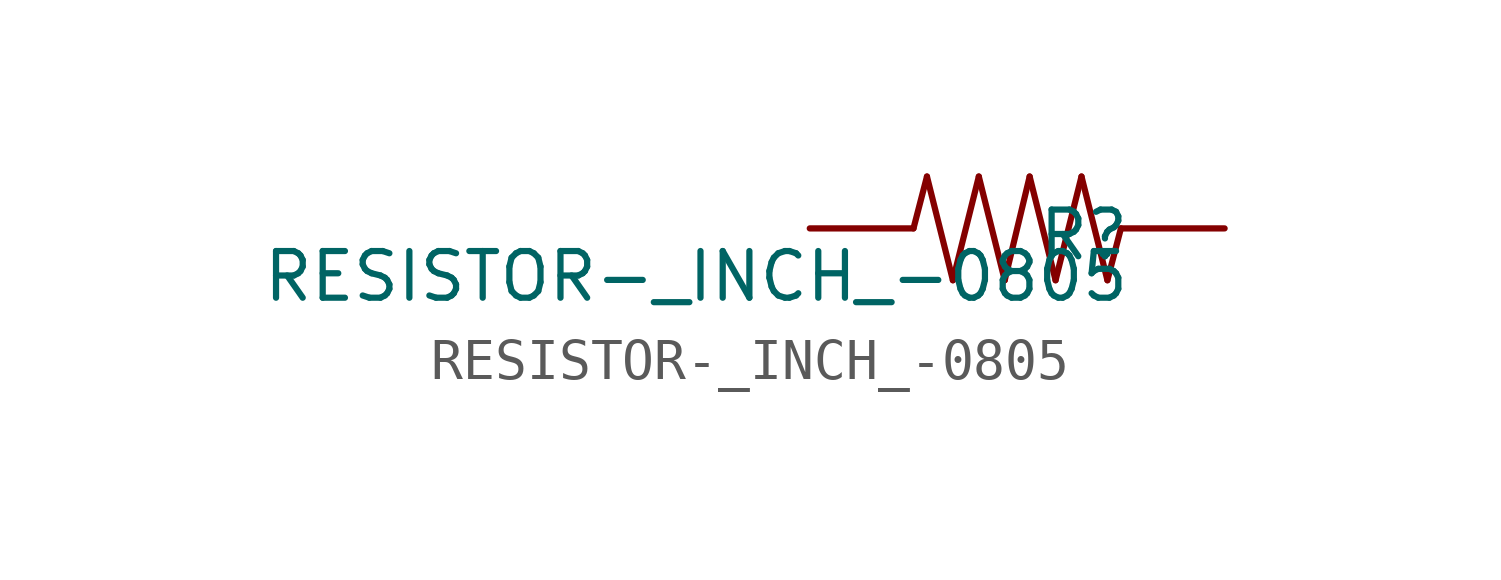
<source format=kicad_sym>
(kicad_symbol_lib
  (version 20211014)
  (generator kicad_symbol_editor)
  (symbol "RESISTOR-_INCH_-0805"
    (pin_numbers hide)
    (pin_names
      (offset 1.016) hide)
    (property "Reference" "R"
      (at 2.794 0.508 0)
      (effects (font (size 1.143 1.143)) (justify right top)))
    (property "Value" "RESISTOR-_INCH_-0805"
      (at 2.794 -0.508 0)
      (effects (font (size 1.143 1.143)) (justify right top)))
    (property "ki_locked" ""
      (at 0 0 0)
      (effects (font (size 1.27 1.27))))
    (symbol "RESISTOR-_INCH_-0805_1_0"
      (polyline (pts (xy -2.21 1.27) (xy -2.54 0)) (stroke (width 0) (type default) (color 0 0 0 0)) (fill (type none)))
      (polyline (pts (xy -1.575 -1.27) (xy -2.21 1.27)) (stroke (width 0) (type default) (color 0 0 0 0)) (fill (type none)))
      (polyline (pts (xy -0.94 1.27) (xy -1.575 -1.27)) (stroke (width 0) (type default) (color 0 0 0 0)) (fill (type none)))
      (polyline (pts (xy -0.305 -1.27) (xy -0.94 1.27)) (stroke (width 0) (type default) (color 0 0 0 0)) (fill (type none)))
      (polyline (pts (xy 0.305 1.27) (xy -0.305 -1.27)) (stroke (width 0) (type default) (color 0 0 0 0)) (fill (type none)))
      (polyline (pts (xy 0.94 -1.27) (xy 0.305 1.27)) (stroke (width 0) (type default) (color 0 0 0 0)) (fill (type none)))
      (polyline (pts (xy 1.575 1.27) (xy 0.94 -1.27)) (stroke (width 0) (type default) (color 0 0 0 0)) (fill (type none)))
      (polyline (pts (xy 2.21 -1.27) (xy 1.575 1.27)) (stroke (width 0) (type default) (color 0 0 0 0)) (fill (type none)))
      (polyline (pts (xy 2.54 0) (xy 2.21 -1.27)) (stroke (width 0) (type default) (color 0 0 0 0)) (fill (type none))))
    (symbol "RESISTOR-_INCH_-0805_1_1"
      (pin bidirectional line (at -5.08 0 0) (length 2.54) (name "1" (effects (font (size 1.016 1.016)))) (number "1" (effects (font (size 1.016 1.016)))))
      (pin bidirectional line (at 5.08 0 180) (length 2.54) (name "2" (effects (font (size 1.016 1.016)))) (number "2" (effects (font (size 1.016 1.016))))))))
</source>
